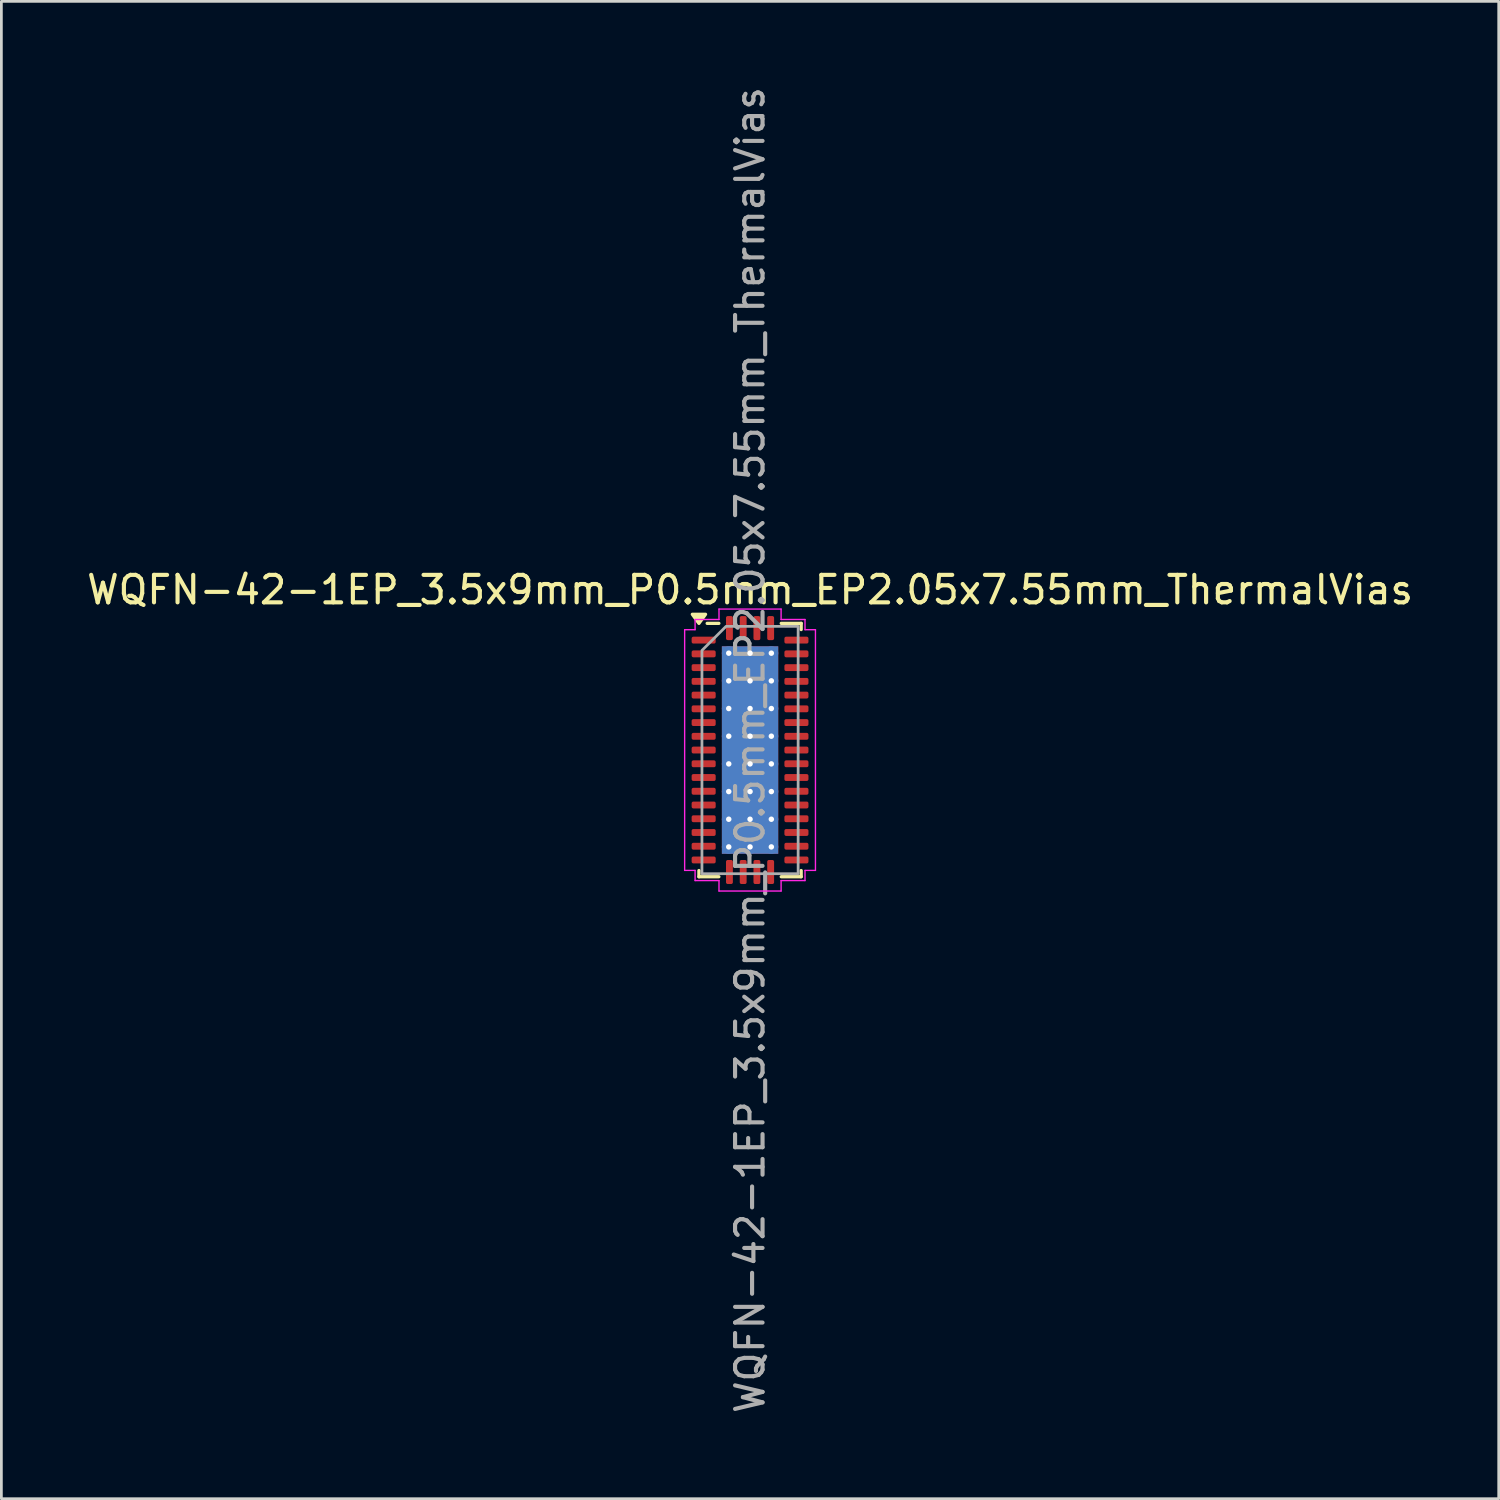
<source format=kicad_pcb>
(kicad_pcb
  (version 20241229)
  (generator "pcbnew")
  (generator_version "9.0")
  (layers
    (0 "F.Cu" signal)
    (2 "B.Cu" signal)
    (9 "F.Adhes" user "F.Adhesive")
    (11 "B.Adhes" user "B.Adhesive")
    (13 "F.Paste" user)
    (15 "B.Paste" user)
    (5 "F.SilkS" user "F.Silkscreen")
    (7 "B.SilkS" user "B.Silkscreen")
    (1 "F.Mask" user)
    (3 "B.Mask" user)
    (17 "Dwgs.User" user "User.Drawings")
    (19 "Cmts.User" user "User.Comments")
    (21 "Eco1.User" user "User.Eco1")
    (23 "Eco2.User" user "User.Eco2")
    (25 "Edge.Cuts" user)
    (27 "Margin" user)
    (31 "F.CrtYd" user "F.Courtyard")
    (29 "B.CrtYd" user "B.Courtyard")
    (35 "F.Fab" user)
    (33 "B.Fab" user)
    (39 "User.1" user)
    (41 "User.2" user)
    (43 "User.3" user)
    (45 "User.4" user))
  (footprint "WQFN-42-1EP_3.5x9mm_P0.5mm_EP2.05x7.55mm_ThermalVias"
    (layer "F.Cu")
    (at 24.244 24.244)
    (property "Reference" "WQFN-42-1EP_3.5x9mm_P0.5mm_EP2.05x7.55mm_ThermalVias" (at 0 -5.83 0) (layer "F.SilkS") (effects (font (size 1 1) (thickness 0.15))))
    (attr smd)
    (fp_line (start -1.86 4.61) (end -1.86 4.385) (stroke (width 0.12) (type solid)) (layer "F.SilkS"))
    (fp_line (start -1.135 -4.61) (end -1.56 -4.61) (stroke (width 0.12) (type solid)) (layer "F.SilkS"))
    (fp_line (start -1.135 4.61) (end -1.86 4.61) (stroke (width 0.12) (type solid)) (layer "F.SilkS"))
    (fp_line (start 1.135 -4.61) (end 1.86 -4.61) (stroke (width 0.12) (type solid)) (layer "F.SilkS"))
    (fp_line (start 1.135 4.61) (end 1.86 4.61) (stroke (width 0.12) (type solid)) (layer "F.SilkS"))
    (fp_line (start 1.86 -4.61) (end 1.86 -4.385) (stroke (width 0.12) (type solid)) (layer "F.SilkS"))
    (fp_line (start 1.86 4.61) (end 1.86 4.385) (stroke (width 0.12) (type solid)) (layer "F.SilkS"))
    (fp_poly (pts (xy -1.86 -4.61) (xy -2.1 -4.94) (xy -1.62 -4.94)) (stroke (width 0.12) (type solid)) (fill yes) (layer "F.SilkS"))
    (fp_line (start -2.38 -4.38) (end -2 -4.38) (stroke (width 0.05) (type solid)) (layer "F.CrtYd"))
    (fp_line (start -2.38 4.38) (end -2.38 -4.38) (stroke (width 0.05) (type solid)) (layer "F.CrtYd"))
    (fp_line (start -2 -4.75) (end -1.13 -4.75) (stroke (width 0.05) (type solid)) (layer "F.CrtYd"))
    (fp_line (start -2 -4.38) (end -2 -4.75) (stroke (width 0.05) (type solid)) (layer "F.CrtYd"))
    (fp_line (start -2 4.38) (end -2.38 4.38) (stroke (width 0.05) (type solid)) (layer "F.CrtYd"))
    (fp_line (start -2 4.75) (end -2 4.38) (stroke (width 0.05) (type solid)) (layer "F.CrtYd"))
    (fp_line (start -1.13 -5.13) (end 1.13 -5.13) (stroke (width 0.05) (type solid)) (layer "F.CrtYd"))
    (fp_line (start -1.13 -4.75) (end -1.13 -5.13) (stroke (width 0.05) (type solid)) (layer "F.CrtYd"))
    (fp_line (start -1.13 4.75) (end -2 4.75) (stroke (width 0.05) (type solid)) (layer "F.CrtYd"))
    (fp_line (start -1.13 5.13) (end -1.13 4.75) (stroke (width 0.05) (type solid)) (layer "F.CrtYd"))
    (fp_line (start 1.13 -5.13) (end 1.13 -4.75) (stroke (width 0.05) (type solid)) (layer "F.CrtYd"))
    (fp_line (start 1.13 -4.75) (end 2 -4.75) (stroke (width 0.05) (type solid)) (layer "F.CrtYd"))
    (fp_line (start 1.13 4.75) (end 1.13 5.13) (stroke (width 0.05) (type solid)) (layer "F.CrtYd"))
    (fp_line (start 1.13 5.13) (end -1.13 5.13) (stroke (width 0.05) (type solid)) (layer "F.CrtYd"))
    (fp_line (start 2 -4.75) (end 2 -4.38) (stroke (width 0.05) (type solid)) (layer "F.CrtYd"))
    (fp_line (start 2 -4.38) (end 2.38 -4.38) (stroke (width 0.05) (type solid)) (layer "F.CrtYd"))
    (fp_line (start 2 4.38) (end 2 4.75) (stroke (width 0.05) (type solid)) (layer "F.CrtYd"))
    (fp_line (start 2 4.75) (end 1.13 4.75) (stroke (width 0.05) (type solid)) (layer "F.CrtYd"))
    (fp_line (start 2.38 -4.38) (end 2.38 4.38) (stroke (width 0.05) (type solid)) (layer "F.CrtYd"))
    (fp_line (start 2.38 4.38) (end 2 4.38) (stroke (width 0.05) (type solid)) (layer "F.CrtYd"))
    (fp_poly (pts (xy -1.75 -3.625) (xy -1.75 4.5) (xy 1.75 4.5) (xy 1.75 -4.5) (xy -0.875 -4.5)) (stroke (width 0.1) (type solid)) (fill no) (layer "F.Fab"))
    (fp_text user "${REFERENCE}" (at 0 0 90) (layer "F.Fab") (effects (font (size 1 1) (thickness 0.15))))
    (pad "" smd roundrect (at -0.51 -3.24) (size 0.83 0.87) (layers "F.Paste") (roundrect_rratio 0.25))
    (pad "" smd roundrect (at -0.51 -2.16) (size 0.83 0.87) (layers "F.Paste") (roundrect_rratio 0.25))
    (pad "" smd roundrect (at -0.51 -1.08) (size 0.83 0.87) (layers "F.Paste") (roundrect_rratio 0.25))
    (pad "" smd roundrect (at -0.51 0) (size 0.83 0.87) (layers "F.Paste") (roundrect_rratio 0.25))
    (pad "" smd roundrect (at -0.51 1.08) (size 0.83 0.87) (layers "F.Paste") (roundrect_rratio 0.25))
    (pad "" smd roundrect (at -0.51 2.16) (size 0.83 0.87) (layers "F.Paste") (roundrect_rratio 0.25))
    (pad "" smd roundrect (at -0.51 3.24) (size 0.83 0.87) (layers "F.Paste") (roundrect_rratio 0.25))
    (pad "" smd roundrect (at 0.51 -3.24) (size 0.83 0.87) (layers "F.Paste") (roundrect_rratio 0.25))
    (pad "" smd roundrect (at 0.51 -2.16) (size 0.83 0.87) (layers "F.Paste") (roundrect_rratio 0.25))
    (pad "" smd roundrect (at 0.51 -1.08) (size 0.83 0.87) (layers "F.Paste") (roundrect_rratio 0.25))
    (pad "" smd roundrect (at 0.51 0) (size 0.83 0.87) (layers "F.Paste") (roundrect_rratio 0.25))
    (pad "" smd roundrect (at 0.51 1.08) (size 0.83 0.87) (layers "F.Paste") (roundrect_rratio 0.25))
    (pad "" smd roundrect (at 0.51 2.16) (size 0.83 0.87) (layers "F.Paste") (roundrect_rratio 0.25))
    (pad "" smd roundrect (at 0.51 3.24) (size 0.83 0.87) (layers "F.Paste") (roundrect_rratio 0.25))
    (pad "1" smd roundrect (at -1.688 -4) (size 0.875 0.25) (layers "F.Cu" "F.Mask" "F.Paste") (roundrect_rratio 0.25))
    (pad "2" smd roundrect (at -1.688 -3.5) (size 0.875 0.25) (layers "F.Cu" "F.Mask" "F.Paste") (roundrect_rratio 0.25))
    (pad "3" smd roundrect (at -1.688 -3) (size 0.875 0.25) (layers "F.Cu" "F.Mask" "F.Paste") (roundrect_rratio 0.25))
    (pad "4" smd roundrect (at -1.688 -2.5) (size 0.875 0.25) (layers "F.Cu" "F.Mask" "F.Paste") (roundrect_rratio 0.25))
    (pad "5" smd roundrect (at -1.688 -2) (size 0.875 0.25) (layers "F.Cu" "F.Mask" "F.Paste") (roundrect_rratio 0.25))
    (pad "6" smd roundrect (at -1.688 -1.5) (size 0.875 0.25) (layers "F.Cu" "F.Mask" "F.Paste") (roundrect_rratio 0.25))
    (pad "7" smd roundrect (at -1.688 -1) (size 0.875 0.25) (layers "F.Cu" "F.Mask" "F.Paste") (roundrect_rratio 0.25))
    (pad "8" smd roundrect (at -1.688 -0.5) (size 0.875 0.25) (layers "F.Cu" "F.Mask" "F.Paste") (roundrect_rratio 0.25))
    (pad "9" smd roundrect (at -1.688 0) (size 0.875 0.25) (layers "F.Cu" "F.Mask" "F.Paste") (roundrect_rratio 0.25))
    (pad "10" smd roundrect (at -1.688 0.5) (size 0.875 0.25) (layers "F.Cu" "F.Mask" "F.Paste") (roundrect_rratio 0.25))
    (pad "11" smd roundrect (at -1.688 1) (size 0.875 0.25) (layers "F.Cu" "F.Mask" "F.Paste") (roundrect_rratio 0.25))
    (pad "12" smd roundrect (at -1.688 1.5) (size 0.875 0.25) (layers "F.Cu" "F.Mask" "F.Paste") (roundrect_rratio 0.25))
    (pad "13" smd roundrect (at -1.688 2) (size 0.875 0.25) (layers "F.Cu" "F.Mask" "F.Paste") (roundrect_rratio 0.25))
    (pad "14" smd roundrect (at -1.688 2.5) (size 0.875 0.25) (layers "F.Cu" "F.Mask" "F.Paste") (roundrect_rratio 0.25))
    (pad "15" smd roundrect (at -1.688 3) (size 0.875 0.25) (layers "F.Cu" "F.Mask" "F.Paste") (roundrect_rratio 0.25))
    (pad "16" smd roundrect (at -1.688 3.5) (size 0.875 0.25) (layers "F.Cu" "F.Mask" "F.Paste") (roundrect_rratio 0.25))
    (pad "17" smd roundrect (at -1.688 4) (size 0.875 0.25) (layers "F.Cu" "F.Mask" "F.Paste") (roundrect_rratio 0.25))
    (pad "18" smd roundrect (at -0.75 4.438) (size 0.25 0.875) (layers "F.Cu" "F.Mask" "F.Paste") (roundrect_rratio 0.25))
    (pad "19" smd roundrect (at -0.25 4.438) (size 0.25 0.875) (layers "F.Cu" "F.Mask" "F.Paste") (roundrect_rratio 0.25))
    (pad "20" smd roundrect (at 0.25 4.438) (size 0.25 0.875) (layers "F.Cu" "F.Mask" "F.Paste") (roundrect_rratio 0.25))
    (pad "21" smd roundrect (at 0.75 4.438) (size 0.25 0.875) (layers "F.Cu" "F.Mask" "F.Paste") (roundrect_rratio 0.25))
    (pad "22" smd roundrect (at 1.688 4) (size 0.875 0.25) (layers "F.Cu" "F.Mask" "F.Paste") (roundrect_rratio 0.25))
    (pad "23" smd roundrect (at 1.688 3.5) (size 0.875 0.25) (layers "F.Cu" "F.Mask" "F.Paste") (roundrect_rratio 0.25))
    (pad "24" smd roundrect (at 1.688 3) (size 0.875 0.25) (layers "F.Cu" "F.Mask" "F.Paste") (roundrect_rratio 0.25))
    (pad "25" smd roundrect (at 1.688 2.5) (size 0.875 0.25) (layers "F.Cu" "F.Mask" "F.Paste") (roundrect_rratio 0.25))
    (pad "26" smd roundrect (at 1.688 2) (size 0.875 0.25) (layers "F.Cu" "F.Mask" "F.Paste") (roundrect_rratio 0.25))
    (pad "27" smd roundrect (at 1.688 1.5) (size 0.875 0.25) (layers "F.Cu" "F.Mask" "F.Paste") (roundrect_rratio 0.25))
    (pad "28" smd roundrect (at 1.688 1) (size 0.875 0.25) (layers "F.Cu" "F.Mask" "F.Paste") (roundrect_rratio 0.25))
    (pad "29" smd roundrect (at 1.688 0.5) (size 0.875 0.25) (layers "F.Cu" "F.Mask" "F.Paste") (roundrect_rratio 0.25))
    (pad "30" smd roundrect (at 1.688 0) (size 0.875 0.25) (layers "F.Cu" "F.Mask" "F.Paste") (roundrect_rratio 0.25))
    (pad "31" smd roundrect (at 1.688 -0.5) (size 0.875 0.25) (layers "F.Cu" "F.Mask" "F.Paste") (roundrect_rratio 0.25))
    (pad "32" smd roundrect (at 1.688 -1) (size 0.875 0.25) (layers "F.Cu" "F.Mask" "F.Paste") (roundrect_rratio 0.25))
    (pad "33" smd roundrect (at 1.688 -1.5) (size 0.875 0.25) (layers "F.Cu" "F.Mask" "F.Paste") (roundrect_rratio 0.25))
    (pad "34" smd roundrect (at 1.688 -2) (size 0.875 0.25) (layers "F.Cu" "F.Mask" "F.Paste") (roundrect_rratio 0.25))
    (pad "35" smd roundrect (at 1.688 -2.5) (size 0.875 0.25) (layers "F.Cu" "F.Mask" "F.Paste") (roundrect_rratio 0.25))
    (pad "36" smd roundrect (at 1.688 -3) (size 0.875 0.25) (layers "F.Cu" "F.Mask" "F.Paste") (roundrect_rratio 0.25))
    (pad "37" smd roundrect (at 1.688 -3.5) (size 0.875 0.25) (layers "F.Cu" "F.Mask" "F.Paste") (roundrect_rratio 0.25))
    (pad "38" smd roundrect (at 1.688 -4) (size 0.875 0.25) (layers "F.Cu" "F.Mask" "F.Paste") (roundrect_rratio 0.25))
    (pad "39" smd roundrect (at 0.75 -4.438) (size 0.25 0.875) (layers "F.Cu" "F.Mask" "F.Paste") (roundrect_rratio 0.25))
    (pad "40" smd roundrect (at 0.25 -4.438) (size 0.25 0.875) (layers "F.Cu" "F.Mask" "F.Paste") (roundrect_rratio 0.25))
    (pad "41" smd roundrect (at -0.25 -4.438) (size 0.25 0.875) (layers "F.Cu" "F.Mask" "F.Paste") (roundrect_rratio 0.25))
    (pad "42" smd roundrect (at -0.75 -4.438) (size 0.25 0.875) (layers "F.Cu" "F.Mask" "F.Paste") (roundrect_rratio 0.25))
    (pad "43" thru_hole circle (at -0.775 -3.525) (size 0.5 0.5) (drill 0.2) (property pad_prop_heatsink) (layers "*.Cu"))
    (pad "43" thru_hole circle (at -0.775 -2.518) (size 0.5 0.5) (drill 0.2) (property pad_prop_heatsink) (layers "*.Cu"))
    (pad "43" thru_hole circle (at -0.775 -1.511) (size 0.5 0.5) (drill 0.2) (property pad_prop_heatsink) (layers "*.Cu"))
    (pad "43" thru_hole circle (at -0.775 -0.504) (size 0.5 0.5) (drill 0.2) (property pad_prop_heatsink) (layers "*.Cu"))
    (pad "43" thru_hole circle (at -0.775 0.504) (size 0.5 0.5) (drill 0.2) (property pad_prop_heatsink) (layers "*.Cu"))
    (pad "43" thru_hole circle (at -0.775 1.511) (size 0.5 0.5) (drill 0.2) (property pad_prop_heatsink) (layers "*.Cu"))
    (pad "43" thru_hole circle (at -0.775 2.518) (size 0.5 0.5) (drill 0.2) (property pad_prop_heatsink) (layers "*.Cu"))
    (pad "43" thru_hole circle (at -0.775 3.525) (size 0.5 0.5) (drill 0.2) (property pad_prop_heatsink) (layers "*.Cu"))
    (pad "43" thru_hole circle (at 0 -3.525) (size 0.5 0.5) (drill 0.2) (property pad_prop_heatsink) (layers "*.Cu"))
    (pad "43" thru_hole circle (at 0 -2.518) (size 0.5 0.5) (drill 0.2) (property pad_prop_heatsink) (layers "*.Cu"))
    (pad "43" thru_hole circle (at 0 -1.511) (size 0.5 0.5) (drill 0.2) (property pad_prop_heatsink) (layers "*.Cu"))
    (pad "43" thru_hole circle (at 0 -0.504) (size 0.5 0.5) (drill 0.2) (property pad_prop_heatsink) (layers "*.Cu"))
    (pad "43" smd rect (at 0 0) (size 2.05 7.55) (property pad_prop_heatsink) (layers "F.Cu" "F.Mask"))
    (pad "43" smd rect (at 0 0) (size 2.05 7.55) (property pad_prop_heatsink) (layers "B.Cu"))
    (pad "43" thru_hole circle (at 0 0.504) (size 0.5 0.5) (drill 0.2) (property pad_prop_heatsink) (layers "*.Cu"))
    (pad "43" thru_hole circle (at 0 1.511) (size 0.5 0.5) (drill 0.2) (property pad_prop_heatsink) (layers "*.Cu"))
    (pad "43" thru_hole circle (at 0 2.518) (size 0.5 0.5) (drill 0.2) (property pad_prop_heatsink) (layers "*.Cu"))
    (pad "43" thru_hole circle (at 0 3.525) (size 0.5 0.5) (drill 0.2) (property pad_prop_heatsink) (layers "*.Cu"))
    (pad "43" thru_hole circle (at 0.775 -3.525) (size 0.5 0.5) (drill 0.2) (property pad_prop_heatsink) (layers "*.Cu"))
    (pad "43" thru_hole circle (at 0.775 -2.518) (size 0.5 0.5) (drill 0.2) (property pad_prop_heatsink) (layers "*.Cu"))
    (pad "43" thru_hole circle (at 0.775 -1.511) (size 0.5 0.5) (drill 0.2) (property pad_prop_heatsink) (layers "*.Cu"))
    (pad "43" thru_hole circle (at 0.775 -0.504) (size 0.5 0.5) (drill 0.2) (property pad_prop_heatsink) (layers "*.Cu"))
    (pad "43" thru_hole circle (at 0.775 0.504) (size 0.5 0.5) (drill 0.2) (property pad_prop_heatsink) (layers "*.Cu"))
    (pad "43" thru_hole circle (at 0.775 1.511) (size 0.5 0.5) (drill 0.2) (property pad_prop_heatsink) (layers "*.Cu"))
    (pad "43" thru_hole circle (at 0.775 2.518) (size 0.5 0.5) (drill 0.2) (property pad_prop_heatsink) (layers "*.Cu"))
    (pad "43" thru_hole circle (at 0.775 3.525) (size 0.5 0.5) (drill 0.2) (property pad_prop_heatsink) (layers "*.Cu")))
  (gr_rect
    (start -3 -3)
    (end 51.488 51.488)
    (stroke (width 0.1) (type default))
    (fill no)
    (layer "Edge.Cuts")))
</source>
